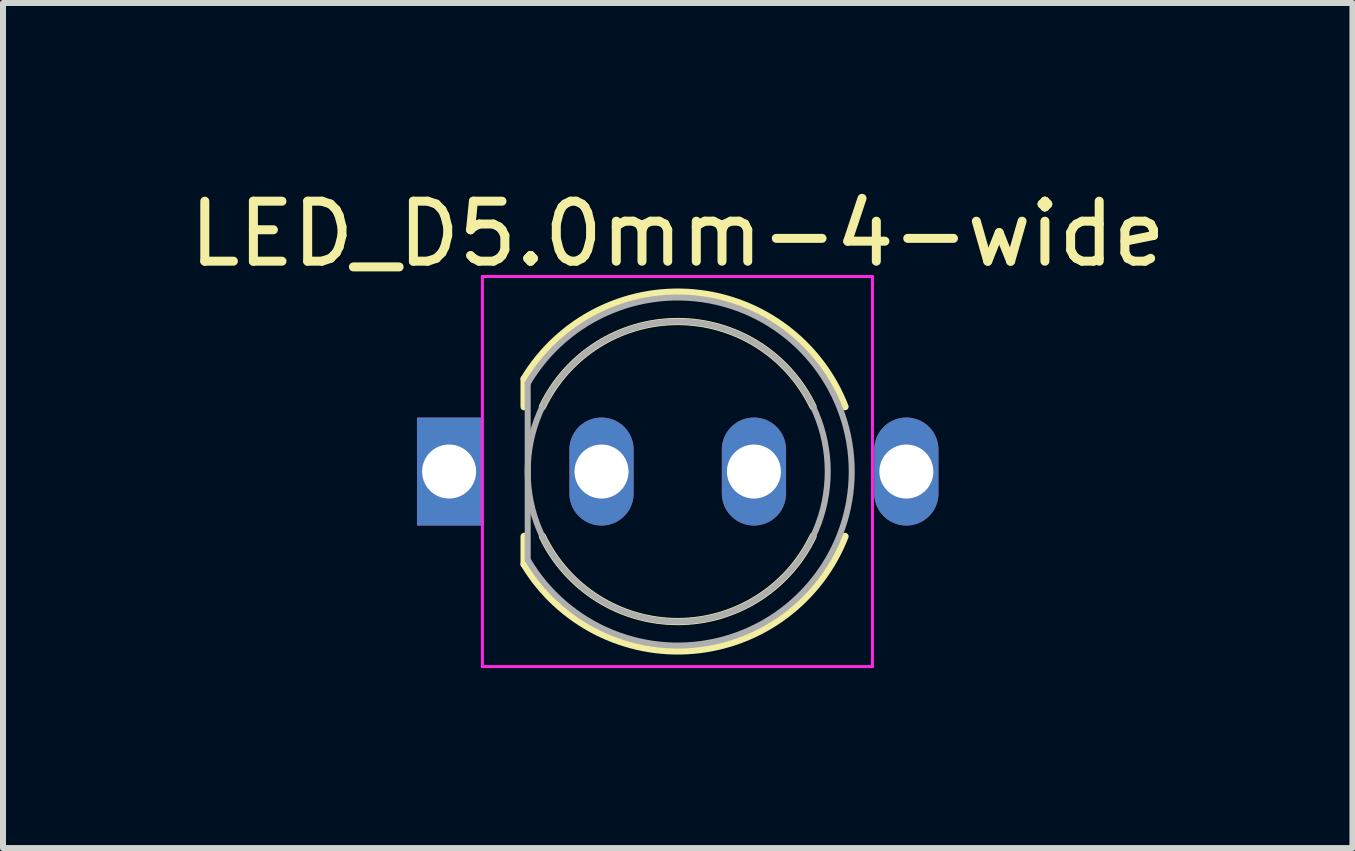
<source format=kicad_pcb>
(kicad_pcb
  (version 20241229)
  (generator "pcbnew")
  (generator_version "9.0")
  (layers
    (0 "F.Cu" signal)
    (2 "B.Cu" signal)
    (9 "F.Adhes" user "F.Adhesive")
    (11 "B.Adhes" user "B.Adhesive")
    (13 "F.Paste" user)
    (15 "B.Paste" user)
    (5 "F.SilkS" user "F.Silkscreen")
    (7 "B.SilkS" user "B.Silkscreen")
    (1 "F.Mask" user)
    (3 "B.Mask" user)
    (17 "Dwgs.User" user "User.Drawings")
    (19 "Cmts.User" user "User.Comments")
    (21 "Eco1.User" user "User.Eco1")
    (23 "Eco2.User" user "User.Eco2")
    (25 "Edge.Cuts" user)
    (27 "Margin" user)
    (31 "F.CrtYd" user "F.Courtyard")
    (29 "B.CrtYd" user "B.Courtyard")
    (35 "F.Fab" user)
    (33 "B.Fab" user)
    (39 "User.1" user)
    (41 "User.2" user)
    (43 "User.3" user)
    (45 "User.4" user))
  (footprint "LED_D5.0mm-4-wide"
    (layer "F.Cu")
    (at 4.434 4.808)
    (property "Reference" "LED_D5.0mm-4-wide" (at 3.81 -3.96 0) (layer "F.SilkS") (effects (font (size 1 1) (thickness 0.15))))
    (attr through_hole)
    (fp_line (start 1.25 -1.545) (end 1.25 -1.08) (stroke (width 0.12) (type solid)) (layer "F.SilkS"))
    (fp_line (start 1.25 1.08) (end 1.25 1.545) (stroke (width 0.12) (type solid)) (layer "F.SilkS"))
    (fp_arc (start 1.25 -1.54483) (mid 4.068456 -2.978809) (end 6.597815 -1.080827) (stroke (width 0.12) (type solid)) (layer "F.SilkS"))
    (fp_arc (start 1.555316 -1.08) (mid 3.809762 -2.5) (end 6.064479 -1.080429) (stroke (width 0.12) (type solid)) (layer "F.SilkS"))
    (fp_arc (start 6.064479 1.080429) (mid 3.809762 2.5) (end 1.555316 1.08) (stroke (width 0.12) (type solid)) (layer "F.SilkS"))
    (fp_arc (start 6.597815 1.080827) (mid 4.068456 2.978808) (end 1.25 1.54483) (stroke (width 0.12) (type solid)) (layer "F.SilkS"))
    (fp_line (start 0.555 -3.25) (end 0.555 3.25) (stroke (width 0.05) (type solid)) (layer "F.CrtYd"))
    (fp_line (start 0.555 3.25) (end 7.055 3.25) (stroke (width 0.05) (type solid)) (layer "F.CrtYd"))
    (fp_line (start 7.055 -3.25) (end 0.555 -3.25) (stroke (width 0.05) (type solid)) (layer "F.CrtYd"))
    (fp_line (start 7.055 3.25) (end 7.055 -3.25) (stroke (width 0.05) (type solid)) (layer "F.CrtYd"))
    (fp_line (start 1.31 -1.47) (end 1.31 1.47) (stroke (width 0.1) (type solid)) (layer "F.Fab"))
    (fp_arc (start 1.31 -1.469694) (mid 6.71 0.000016) (end 1.309984 1.469666) (stroke (width 0.1) (type solid)) (layer "F.Fab"))
    (fp_circle (center 3.81 0) (end 6.31 0) (stroke (width 0.1) (type solid)) (fill no) (layer "F.Fab"))
    (pad "1" thru_hole rect (at 0 0) (size 1.07 1.8) (drill 0.9) (layers "*.Cu" "*.Mask"))
    (pad "2" thru_hole oval (at 2.54 0) (size 1.07 1.8) (drill 0.9) (layers "*.Cu" "*.Mask"))
    (pad "3" thru_hole oval (at 5.08 0) (size 1.07 1.8) (drill 0.9) (layers "*.Cu" "*.Mask"))
    (pad "4" thru_hole oval (at 7.62 0) (size 1.07 1.8) (drill 0.9) (layers "*.Cu" "*.Mask")))
  (gr_rect
    (start -3 -3)
    (end 19.488 11.083)
    (stroke (width 0.1) (type default))
    (fill no)
    (layer "Edge.Cuts")))
</source>
